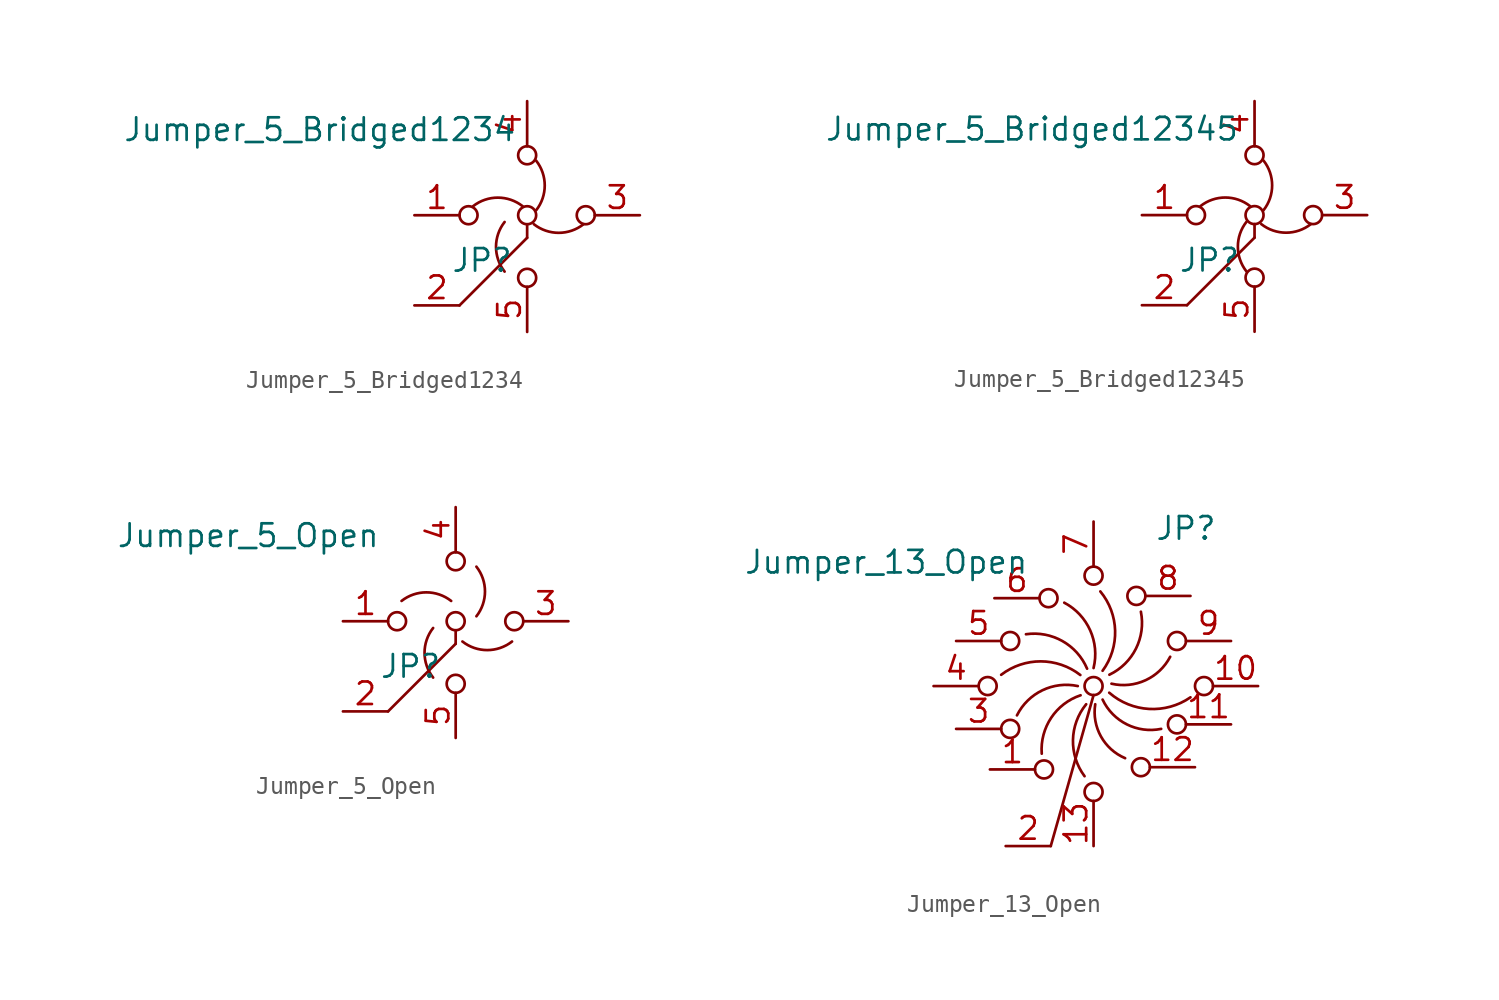
<source format=kicad_sym>
(kicad_symbol_lib
  (version 20220914)
  (generator kicad_symbol_editor)
  (symbol "Jumper_5_Bridged1234"
    (pin_names
      (offset 0) hide)
    (property "Reference" "JP"
      (at -2.54 -2.54 0)
      (effects (font (size 1.27 1.27))))
    (property "Value" "Jumper_5_Bridged1234"
      (at -11.684 4.826 0)
      (effects (font (size 1.27 1.27))))
    (symbol "Jumper_5_Bridged1234_0_0"
      (circle (center -3.302 0) (radius 0.508) (stroke (width 0) (type default)) (fill (type none)))
      (circle (center 0 0) (radius 0.508) (stroke (width 0) (type default)) (fill (type none)))
      (circle (center 0 3.378) (radius 0.508) (stroke (width 0) (type default)) (fill (type none)))
      (circle (center 0.001 -3.526) (radius 0.508) (stroke (width 0) (type default)) (fill (type none)))
      (circle (center 3.302 0) (radius 0.508) (stroke (width 0) (type default)) (fill (type none))))
    (symbol "Jumper_5_Bridged1234_0_1"
      (arc (start -1.2699 -0.381) (mid -1.7531 -1.778) (end -1.2699 -3.175) (stroke (width 0) (type default)) (fill (type none)))
      (arc (start -0.254 0.5079) (mid -1.651 0.9911) (end -3.048 0.5079) (stroke (width 0) (type default)) (fill (type none)))
      (polyline (pts (xy 0 -1.27) (xy -3.81 -5.08)) (stroke (width 0) (type default)) (fill (type none)))
      (polyline (pts (xy 0 -0.508) (xy 0 -1.27)) (stroke (width 0) (type default)) (fill (type none)))
      (arc (start 0.381 -0.5079) (mid 1.778 -0.9911) (end 3.175 -0.5079) (stroke (width 0) (type default)) (fill (type none)))
      (arc (start 0.5079 0.2794) (mid 0.9911 1.6764) (end 0.5079 3.0734) (stroke (width 0) (type default)) (fill (type none))))
    (symbol "Jumper_5_Bridged1234_1_1"
      (pin passive line (at -6.35 0 0) (length 2.54) (name "A" (effects (font (size 1.27 1.27)))) (number "1" (effects (font (size 1.27 1.27)))))
      (pin passive line (at -6.35 -5.08 0) (length 2.54) (name "C" (effects (font (size 1.27 1.27)))) (number "2" (effects (font (size 1.27 1.27)))))
      (pin passive line (at 6.35 0 180) (length 2.54) (name "B" (effects (font (size 1.27 1.27)))) (number "3" (effects (font (size 1.27 1.27)))))
      (pin passive line (at 0 6.426 270) (length 2.54) (name "D" (effects (font (size 1.27 1.27)))) (number "4" (effects (font (size 1.27 1.27)))))
      (pin passive line (at 0.001 -6.574 90) (length 2.54) (name "E" (effects (font (size 1.27 1.27)))) (number "5" (effects (font (size 1.27 1.27)))))))
  (symbol "Jumper_5_Bridged12345"
    (pin_names
      (offset 0) hide)
    (property "Reference" "JP"
      (at -2.54 -2.54 0)
      (effects (font (size 1.27 1.27))))
    (property "Value" "Jumper_5_Bridged12345"
      (at -12.548 4.851 0)
      (effects (font (size 1.27 1.27))))
    (symbol "Jumper_5_Bridged12345_0_0"
      (circle (center -3.302 0) (radius 0.508) (stroke (width 0) (type default)) (fill (type none)))
      (circle (center 0 0) (radius 0.508) (stroke (width 0) (type default)) (fill (type none)))
      (circle (center 0 3.378) (radius 0.508) (stroke (width 0) (type default)) (fill (type none)))
      (circle (center 0.001 -3.526) (radius 0.508) (stroke (width 0) (type default)) (fill (type none)))
      (circle (center 3.302 0) (radius 0.508) (stroke (width 0) (type default)) (fill (type none))))
    (symbol "Jumper_5_Bridged12345_0_1"
      (arc (start -0.4571 -0.381) (mid -0.9403 -1.778) (end -0.4571 -3.175) (stroke (width 0) (type default)) (fill (type none)))
      (arc (start -0.254 0.5079) (mid -1.651 0.9911) (end -3.048 0.5079) (stroke (width 0) (type default)) (fill (type none)))
      (polyline (pts (xy 0 -1.27) (xy -3.81 -5.08)) (stroke (width 0) (type default)) (fill (type none)))
      (polyline (pts (xy 0 -0.508) (xy 0 -1.27)) (stroke (width 0) (type default)) (fill (type none)))
      (arc (start 0.381 -0.5079) (mid 1.778 -0.9911) (end 3.175 -0.5079) (stroke (width 0) (type default)) (fill (type none)))
      (arc (start 0.5079 0.2794) (mid 0.9911 1.6764) (end 0.5079 3.0734) (stroke (width 0) (type default)) (fill (type none))))
    (symbol "Jumper_5_Bridged12345_1_1"
      (pin passive line (at -6.35 0 0) (length 2.54) (name "A" (effects (font (size 1.27 1.27)))) (number "1" (effects (font (size 1.27 1.27)))))
      (pin passive line (at -6.35 -5.08 0) (length 2.54) (name "C" (effects (font (size 1.27 1.27)))) (number "2" (effects (font (size 1.27 1.27)))))
      (pin passive line (at 6.35 0 180) (length 2.54) (name "B" (effects (font (size 1.27 1.27)))) (number "3" (effects (font (size 1.27 1.27)))))
      (pin passive line (at 0 6.426 270) (length 2.54) (name "D" (effects (font (size 1.27 1.27)))) (number "4" (effects (font (size 1.27 1.27)))))
      (pin passive line (at 0.001 -6.574 90) (length 2.54) (name "E" (effects (font (size 1.27 1.27)))) (number "5" (effects (font (size 1.27 1.27)))))))
  (symbol "Jumper_5_Open"
    (pin_names
      (offset 0) hide)
    (property "Reference" "JP"
      (at -2.54 -2.54 0)
      (effects (font (size 1.27 1.27))))
    (property "Value" "Jumper_5_Open"
      (at -11.684 4.826 0)
      (effects (font (size 1.27 1.27))))
    (symbol "Jumper_5_Open_0_0"
      (circle (center -3.302 0) (radius 0.508) (stroke (width 0) (type default)) (fill (type none)))
      (circle (center 0 0) (radius 0.508) (stroke (width 0) (type default)) (fill (type none)))
      (circle (center 0 3.378) (radius 0.508) (stroke (width 0) (type default)) (fill (type none)))
      (circle (center 0.001 -3.526) (radius 0.508) (stroke (width 0) (type default)) (fill (type none)))
      (circle (center 3.302 0) (radius 0.508) (stroke (width 0) (type default)) (fill (type none))))
    (symbol "Jumper_5_Open_0_1"
      (arc (start -1.2699 -0.381) (mid -1.7531 -1.778) (end -1.2699 -3.175) (stroke (width 0) (type default)) (fill (type none)))
      (arc (start -0.254 1.1429) (mid -1.651 1.6261) (end -3.048 1.1429) (stroke (width 0) (type default)) (fill (type none)))
      (polyline (pts (xy 0 -1.27) (xy -3.81 -5.08)) (stroke (width 0) (type default)) (fill (type none)))
      (polyline (pts (xy 0 -0.508) (xy 0 -1.27)) (stroke (width 0) (type default)) (fill (type none)))
      (arc (start 0.381 -1.1429) (mid 1.778 -1.6261) (end 3.175 -1.1429) (stroke (width 0) (type default)) (fill (type none)))
      (arc (start 1.1683 0.2794) (mid 1.6515 1.6764) (end 1.1683 3.0734) (stroke (width 0) (type default)) (fill (type none))))
    (symbol "Jumper_5_Open_1_1"
      (pin passive line (at -6.35 0 0) (length 2.54) (name "A" (effects (font (size 1.27 1.27)))) (number "1" (effects (font (size 1.27 1.27)))))
      (pin passive line (at -6.35 -5.08 0) (length 2.54) (name "C" (effects (font (size 1.27 1.27)))) (number "2" (effects (font (size 1.27 1.27)))))
      (pin passive line (at 6.35 0 180) (length 2.54) (name "B" (effects (font (size 1.27 1.27)))) (number "3" (effects (font (size 1.27 1.27)))))
      (pin passive line (at 0 6.426 270) (length 2.54) (name "D" (effects (font (size 1.27 1.27)))) (number "4" (effects (font (size 1.27 1.27)))))
      (pin passive line (at 0.001 -6.574 90) (length 2.54) (name "E" (effects (font (size 1.27 1.27)))) (number "5" (effects (font (size 1.27 1.27)))))))
  (symbol "Jumper_13_Open"
    (pin_names
      (offset 0) hide)
    (property "Reference" "JP"
      (at 5.207 8.89 0)
      (effects (font (size 1.27 1.27))))
    (property "Value" "Jumper_13_Open"
      (at -11.684 6.985 0)
      (effects (font (size 1.27 1.27))))
    (symbol "Jumper_13_Open_0_0"
      (circle (center -5.969 0) (radius 0.508) (stroke (width 0) (type default)) (fill (type none)))
      (circle (center -4.699 -2.413) (radius 0.508) (stroke (width 0) (type default)) (fill (type none)))
      (circle (center -4.699 2.54) (radius 0.508) (stroke (width 0) (type default)) (fill (type none)))
      (circle (center -2.794 -4.699) (radius 0.508) (stroke (width 0) (type default)) (fill (type none)))
      (circle (center -2.54 4.953) (radius 0.508) (stroke (width 0) (type default)) (fill (type none)))
      (circle (center 0 -5.969) (radius 0.508) (stroke (width 0) (type default)) (fill (type none)))
      (circle (center 0 0) (radius 0.508) (stroke (width 0) (type default)) (fill (type none)))
      (circle (center 0 6.223) (radius 0.508) (stroke (width 0) (type default)) (fill (type none)))
      (circle (center 2.413 5.08) (radius 0.508) (stroke (width 0) (type default)) (fill (type none)))
      (circle (center 2.667 -4.572) (radius 0.508) (stroke (width 0) (type default)) (fill (type none)))
      (circle (center 4.699 -2.159) (radius 0.508) (stroke (width 0) (type default)) (fill (type none)))
      (circle (center 4.699 2.54) (radius 0.508) (stroke (width 0) (type default)) (fill (type none)))
      (circle (center 6.223 0) (radius 0.508) (stroke (width 0) (type default)) (fill (type none))))
    (symbol "Jumper_13_Open_0_1"
      (arc (start -0.889 0) (mid -2.8861 -0.2385) (end -4.318 -1.651) (stroke (width 0) (type default)) (fill (type none)))
      (arc (start -0.7468 0.6229) (mid -2.9748 1.3916) (end -5.207 0.635) (stroke (width 0) (type default)) (fill (type none)))
      (arc (start -0.7317 -0.5186) (mid -2.3901 -1.7893) (end -2.921 -3.81) (stroke (width 0) (type default)) (fill (type none)))
      (arc (start -0.417 -1.0249) (mid -1.1605 -3.0368) (end -0.508 -5.08) (stroke (width 0) (type default)) (fill (type none)))
      (arc (start -0.3642 0.9805) (mid -1.7565 2.5377) (end -3.81 2.921) (stroke (width 0) (type default)) (fill (type none)))
      (polyline (pts (xy 0 -0.508) (xy -2.413 -9.017)) (stroke (width 0) (type default)) (fill (type none)))
      (arc (start -0.0001 1.016) (mid -0.19 3.1424) (end -1.651 4.699) (stroke (width 0) (type default)) (fill (type none)))
      (arc (start 0.091 -1.0249) (mid 0.4108 -2.8352) (end 1.778 -4.064) (stroke (width 0) (type default)) (fill (type none)))
      (arc (start 0.508 -0.7619) (mid 1.8738 -2.1578) (end 3.81 -2.413) (stroke (width 0) (type default)) (fill (type none)))
      (arc (start 0.5085 0.8629) (mid 1.2148 3.1204) (end 0.381 5.334) (stroke (width 0) (type default)) (fill (type none)))
      (arc (start 0.8825 -0.3743) (mid 3.1271 -1.2896) (end 5.461 -0.635) (stroke (width 0) (type default)) (fill (type none)))
      (arc (start 0.8918 0.64) (mid 2.3896 2.1105) (end 2.667 4.191) (stroke (width 0) (type default)) (fill (type none)))
      (arc (start 1.0095 0.1337) (mid 2.9235 0.3259) (end 4.318 1.651) (stroke (width 0) (type default)) (fill (type none))))
    (symbol "Jumper_13_Open_1_1"
      (pin passive line (at -5.842 -4.699 0) (length 2.54) (name "A" (effects (font (size 1.27 1.27)))) (number "1" (effects (font (size 1.27 1.27)))))
      (pin passive line (at 9.271 0 180) (length 2.54) (name "J" (effects (font (size 1.27 1.27)))) (number "10" (effects (font (size 1.27 1.27)))))
      (pin passive line (at 7.747 -2.159 180) (length 2.54) (name "K" (effects (font (size 1.27 1.27)))) (number "11" (effects (font (size 1.27 1.27)))))
      (pin passive line (at 5.715 -4.572 180) (length 2.54) (name "L" (effects (font (size 1.27 1.27)))) (number "12" (effects (font (size 1.27 1.27)))))
      (pin passive line (at 0 -9.017 90) (length 2.54) (name "M" (effects (font (size 1.27 1.27)))) (number "13" (effects (font (size 1.27 1.27)))))
      (pin passive line (at -4.953 -9.017 0) (length 2.54) (name "C" (effects (font (size 1.27 1.27)))) (number "2" (effects (font (size 1.27 1.27)))))
      (pin passive line (at -7.747 -2.413 0) (length 2.54) (name "C" (effects (font (size 1.27 1.27)))) (number "3" (effects (font (size 1.27 1.27)))))
      (pin passive line (at -9.017 0 0) (length 2.54) (name "D" (effects (font (size 1.27 1.27)))) (number "4" (effects (font (size 1.27 1.27)))))
      (pin passive line (at -7.747 2.54 0) (length 2.54) (name "E" (effects (font (size 1.27 1.27)))) (number "5" (effects (font (size 1.27 1.27)))))
      (pin passive line (at -5.588 4.953 0) (length 2.54) (name "F" (effects (font (size 1.27 1.27)))) (number "6" (effects (font (size 1.27 1.27)))))
      (pin passive line (at 0 9.271 270) (length 2.54) (name "G" (effects (font (size 1.27 1.27)))) (number "7" (effects (font (size 1.27 1.27)))))
      (pin passive line (at 5.461 5.08 180) (length 2.54) (name "H" (effects (font (size 1.27 1.27)))) (number "8" (effects (font (size 1.27 1.27)))))
      (pin passive line (at 7.747 2.54 180) (length 2.54) (name "I" (effects (font (size 1.27 1.27)))) (number "9" (effects (font (size 1.27 1.27))))))))
</source>
